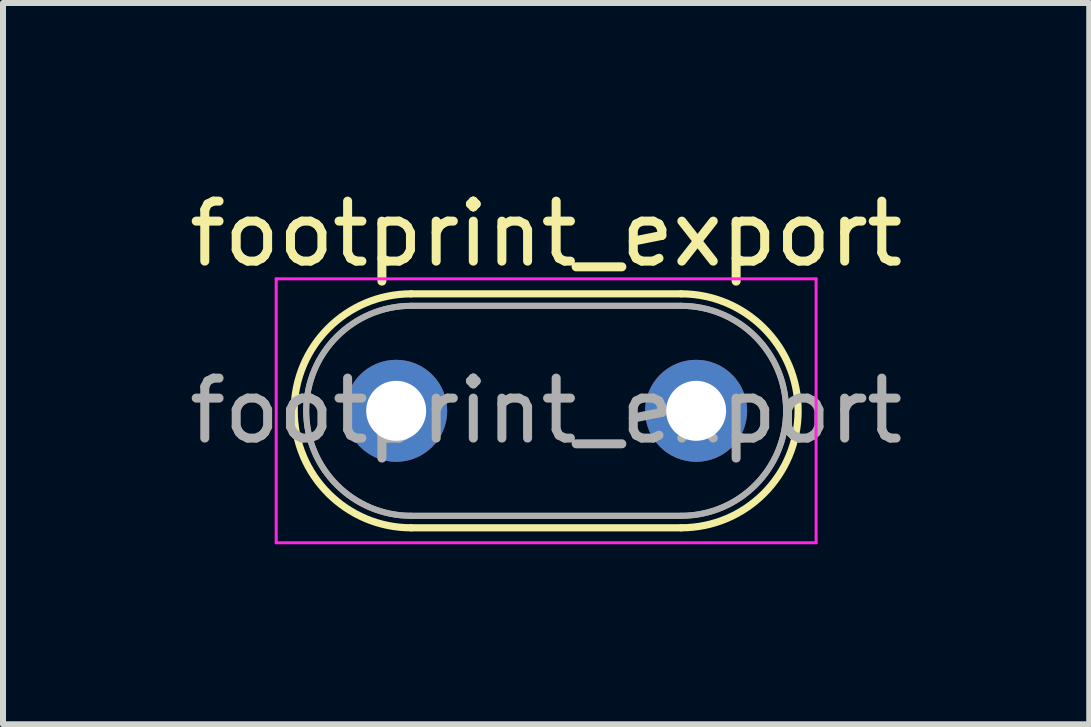
<source format=kicad_pcb>
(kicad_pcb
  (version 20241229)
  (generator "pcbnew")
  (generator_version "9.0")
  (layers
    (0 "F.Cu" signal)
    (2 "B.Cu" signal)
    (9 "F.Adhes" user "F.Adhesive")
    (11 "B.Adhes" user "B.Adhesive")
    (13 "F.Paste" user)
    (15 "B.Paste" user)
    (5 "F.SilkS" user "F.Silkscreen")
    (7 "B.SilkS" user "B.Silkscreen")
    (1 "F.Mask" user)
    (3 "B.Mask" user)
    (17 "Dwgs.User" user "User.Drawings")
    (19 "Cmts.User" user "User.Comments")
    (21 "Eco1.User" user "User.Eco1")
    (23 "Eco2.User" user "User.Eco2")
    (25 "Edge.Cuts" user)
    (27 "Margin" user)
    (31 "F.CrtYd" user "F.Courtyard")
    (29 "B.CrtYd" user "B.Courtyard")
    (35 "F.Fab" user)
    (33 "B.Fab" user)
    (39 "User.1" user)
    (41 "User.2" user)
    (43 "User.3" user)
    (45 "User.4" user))
  (footprint "footprint_export"
    (layer "F.Cu")
    (at 3.554 3.798)
    (property "Reference" "footprint_export" (at 2.5 -2.95 0) (layer "F.SilkS") (effects (font (size 1 1) (thickness 0.15))))
    (attr through_hole)
    (fp_line (start 0.25 -1.95) (end 4.75 -1.95) (stroke (width 0.12) (type solid)) (layer "F.SilkS"))
    (fp_line (start 0.25 1.95) (end 4.75 1.95) (stroke (width 0.12) (type solid)) (layer "F.SilkS"))
    (fp_arc (start 0.25 1.95) (mid -1.7 0) (end 0.25 -1.95) (stroke (width 0.12) (type solid)) (layer "F.SilkS"))
    (fp_arc (start 4.75 -1.95) (mid 6.7 0) (end 4.75 1.95) (stroke (width 0.12) (type solid)) (layer "F.SilkS"))
    (fp_line (start -2 -2.2) (end -2 2.2) (stroke (width 0.05) (type solid)) (layer "F.CrtYd"))
    (fp_line (start -2 2.2) (end 7 2.2) (stroke (width 0.05) (type solid)) (layer "F.CrtYd"))
    (fp_line (start 7 -2.2) (end -2 -2.2) (stroke (width 0.05) (type solid)) (layer "F.CrtYd"))
    (fp_line (start 7 2.2) (end 7 -2.2) (stroke (width 0.05) (type solid)) (layer "F.CrtYd"))
    (fp_line (start 0.25 -1.75) (end 4.75 -1.75) (stroke (width 0.1) (type solid)) (layer "F.Fab"))
    (fp_line (start 0.25 -1.75) (end 4.75 -1.75) (stroke (width 0.1) (type solid)) (layer "F.Fab"))
    (fp_line (start 0.25 1.75) (end 4.75 1.75) (stroke (width 0.1) (type solid)) (layer "F.Fab"))
    (fp_line (start 0.25 1.75) (end 4.75 1.75) (stroke (width 0.1) (type solid)) (layer "F.Fab"))
    (fp_arc (start 0.25 1.75) (mid -1.5 0) (end 0.25 -1.75) (stroke (width 0.1) (type solid)) (layer "F.Fab"))
    (fp_arc (start 0.25 1.75) (mid -1.5 0) (end 0.25 -1.75) (stroke (width 0.1) (type solid)) (layer "F.Fab"))
    (fp_arc (start 4.75 -1.75) (mid 6.5 0) (end 4.75 1.75) (stroke (width 0.1) (type solid)) (layer "F.Fab"))
    (fp_arc (start 4.75 -1.75) (mid 6.5 0) (end 4.75 1.75) (stroke (width 0.1) (type solid)) (layer "F.Fab"))
    (fp_text user "${REFERENCE}" (at 2.5 0 0) (layer "F.Fab") (effects (font (size 1 1) (thickness 0.15))))
    (pad "1" thru_hole circle (at 0 0) (size 1.7 1.7) (drill 1) (layers "*.Cu" "*.Mask"))
    (pad "2" thru_hole circle (at 5 0) (size 1.7 1.7) (drill 1) (layers "*.Cu" "*.Mask")))
  (gr_rect
    (start -3 -3)
    (end 15.107 9.023)
    (stroke (width 0.1) (type default))
    (fill no)
    (layer "Edge.Cuts")))
</source>
